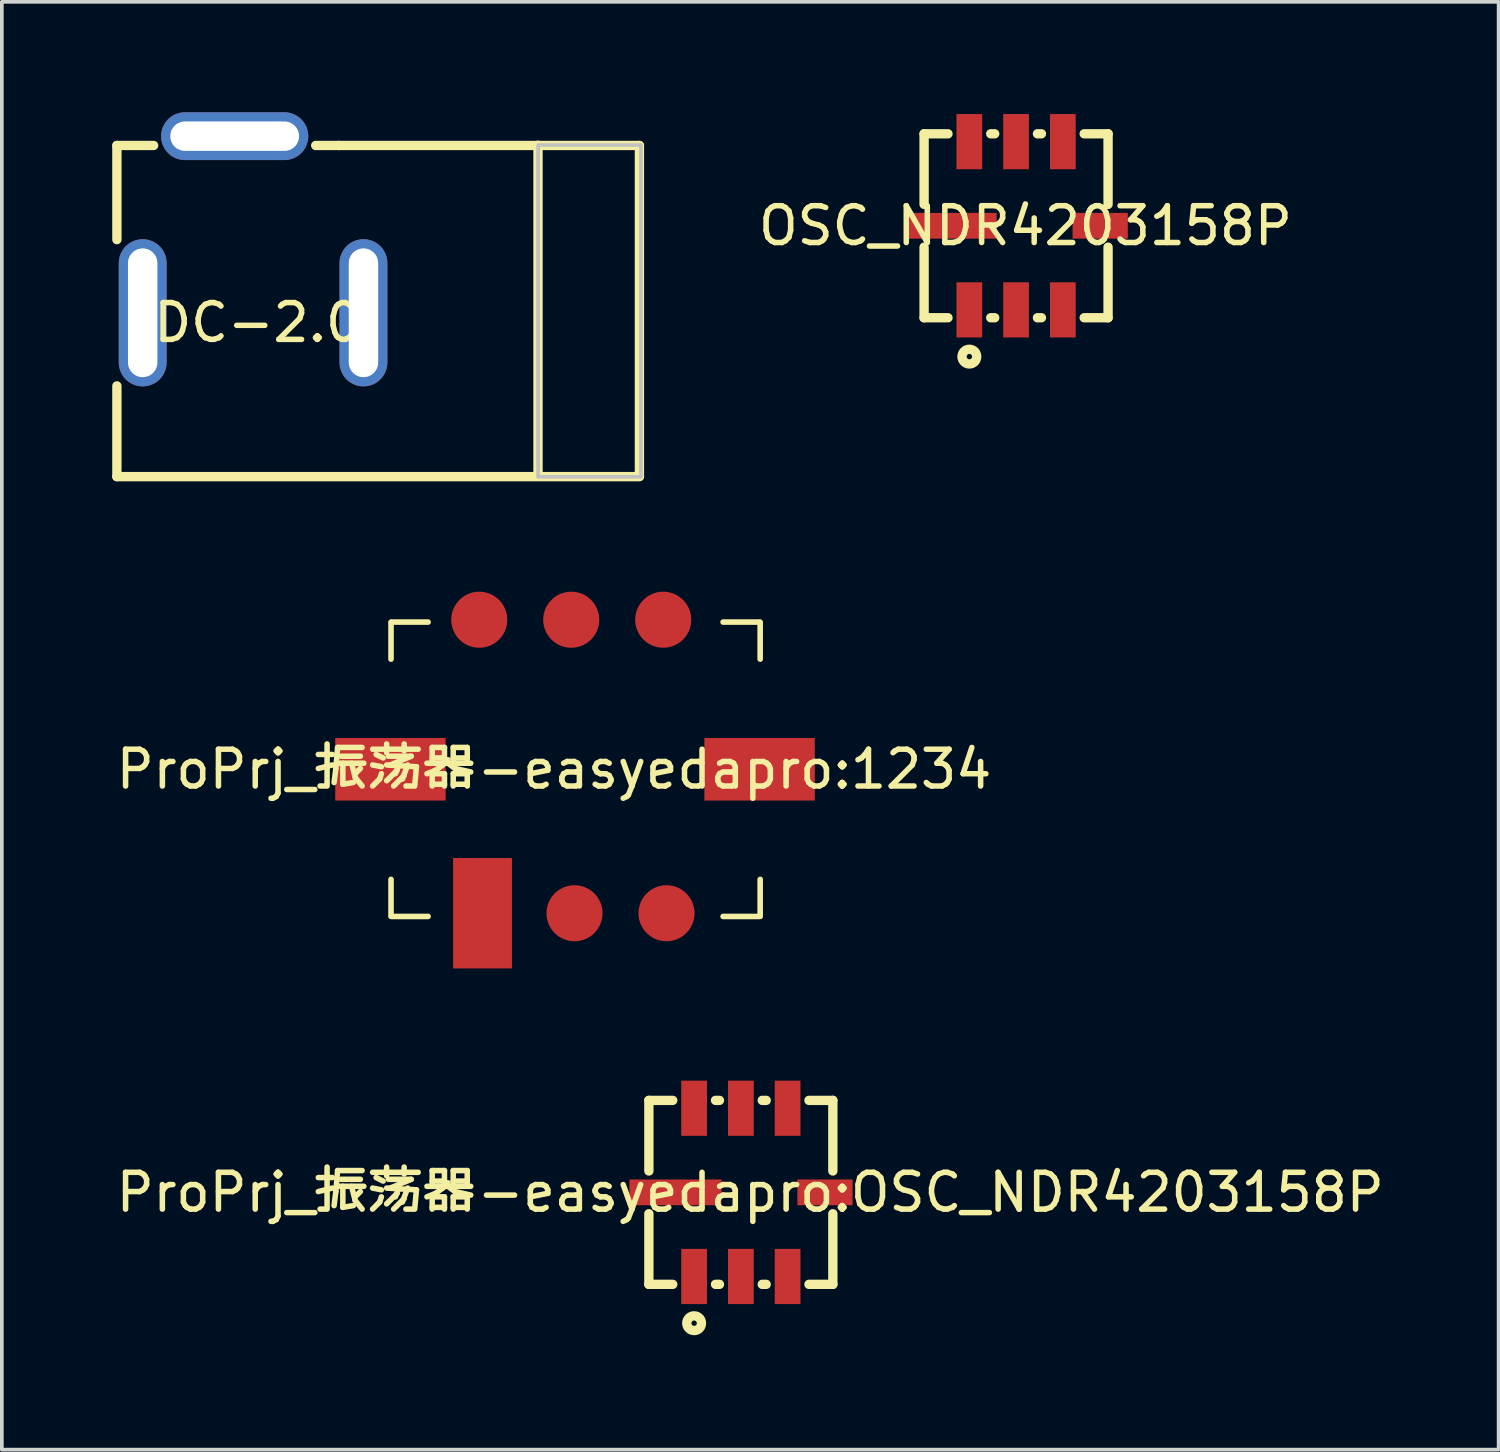
<source format=kicad_pcb>
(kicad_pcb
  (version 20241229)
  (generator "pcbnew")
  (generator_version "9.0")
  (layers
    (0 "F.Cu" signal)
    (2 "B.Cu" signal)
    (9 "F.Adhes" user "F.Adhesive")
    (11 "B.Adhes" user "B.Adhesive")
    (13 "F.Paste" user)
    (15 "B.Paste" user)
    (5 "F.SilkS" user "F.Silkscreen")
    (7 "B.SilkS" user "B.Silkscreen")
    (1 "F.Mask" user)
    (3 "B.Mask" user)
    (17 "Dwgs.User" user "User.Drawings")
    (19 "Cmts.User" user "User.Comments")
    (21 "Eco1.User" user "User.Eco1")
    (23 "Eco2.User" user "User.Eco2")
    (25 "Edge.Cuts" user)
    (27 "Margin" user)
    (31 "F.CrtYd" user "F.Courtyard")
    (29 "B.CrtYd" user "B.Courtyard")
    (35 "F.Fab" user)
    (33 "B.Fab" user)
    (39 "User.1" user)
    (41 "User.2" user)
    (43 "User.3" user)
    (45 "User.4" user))
  (footprint "ProPrj_振荡器-easyedapro{colon}1234"
    (layer "F.Cu")
    (at 12.006 17.857)
    (property "Reference" "ProPrj_振荡器-easyedapro{colon}1234" (at 0 0 0) (layer "F.SilkS") (effects (font (size 1 1) (thickness 0.15))))
    (fp_line (start -4.429 -3.993) (end -4.429 -2.993) (stroke (width 0.152) (type default)) (layer "F.SilkS"))
    (fp_line (start -4.429 3.993) (end -4.429 2.993) (stroke (width 0.152) (type default)) (layer "F.SilkS"))
    (fp_line (start -4.421 -4) (end -3.421 -4) (stroke (width 0.152) (type default)) (layer "F.SilkS"))
    (fp_line (start -4.421 4) (end -3.421 4) (stroke (width 0.152) (type default)) (layer "F.SilkS"))
    (fp_line (start 5.596 -4) (end 4.596 -4) (stroke (width 0.152) (type default)) (layer "F.SilkS"))
    (fp_line (start 5.596 4) (end 4.596 4) (stroke (width 0.152) (type default)) (layer "F.SilkS"))
    (fp_line (start 5.604 -3.993) (end 5.604 -2.993) (stroke (width 0.152) (type default)) (layer "F.SilkS"))
    (fp_line (start 5.604 3.993) (end 5.604 2.993) (stroke (width 0.152) (type default)) (layer "F.SilkS"))
    (fp_line (start -3.81 4.75) (end -3.792 4.793) (stroke (width 0.1) (type default)) (layer "User.1"))
    (fp_line (start -3.792 4.707) (end -3.81 4.75) (stroke (width 0.1) (type default)) (layer "User.1"))
    (fp_line (start -3.792 4.793) (end -3.75 4.81) (stroke (width 0.1) (type default)) (layer "User.1"))
    (fp_line (start -3.75 -4.75) (end -3.75 4.75) (stroke (width 0.025) (type default)) (layer "User.1"))
    (fp_line (start -3.75 4.69) (end -3.792 4.707) (stroke (width 0.1) (type default)) (layer "User.1"))
    (fp_line (start -3.75 4.75) (end 3.75 4.75) (stroke (width 0.025) (type default)) (layer "User.1"))
    (fp_line (start -3.75 4.81) (end -3.708 4.793) (stroke (width 0.1) (type default)) (layer "User.1"))
    (fp_line (start -3.708 4.707) (end -3.75 4.69) (stroke (width 0.1) (type default)) (layer "User.1"))
    (fp_line (start -3.708 4.793) (end -3.69 4.75) (stroke (width 0.1) (type default)) (layer "User.1"))
    (fp_line (start -3.69 4.75) (end -3.708 4.707) (stroke (width 0.1) (type default)) (layer "User.1"))
    (fp_line (start -1.635 -4.75) (end 0.365 -4.75) (stroke (width 0.1) (type default)) (layer "User.1"))
    (fp_line (start -1.635 -1.75) (end -1.635 -4.75) (stroke (width 0.1) (type default)) (layer "User.1"))
    (fp_line (start -1.635 1.75) (end -1.635 4.75) (stroke (width 0.1) (type default)) (layer "User.1"))
    (fp_line (start -1.635 4.75) (end 0.365 4.75) (stroke (width 0.1) (type default)) (layer "User.1"))
    (fp_line (start -0.365 -4.75) (end 1.635 -4.75) (stroke (width 0.1) (type default)) (layer "User.1"))
    (fp_line (start -0.365 -1.75) (end -0.365 -4.75) (stroke (width 0.1) (type default)) (layer "User.1"))
    (fp_line (start -0.365 1.75) (end -0.365 4.75) (stroke (width 0.1) (type default)) (layer "User.1"))
    (fp_line (start -0.365 4.75) (end 1.635 4.75) (stroke (width 0.1) (type default)) (layer "User.1"))
    (fp_line (start 0.365 -4.75) (end 0.365 -1.75) (stroke (width 0.1) (type default)) (layer "User.1"))
    (fp_line (start 0.365 -1.75) (end -1.635 -1.75) (stroke (width 0.1) (type default)) (layer "User.1"))
    (fp_line (start 0.365 1.75) (end -1.635 1.75) (stroke (width 0.1) (type default)) (layer "User.1"))
    (fp_line (start 0.365 4.75) (end 0.365 1.75) (stroke (width 0.1) (type default)) (layer "User.1"))
    (fp_line (start 1.635 -4.75) (end 1.635 -1.75) (stroke (width 0.1) (type default)) (layer "User.1"))
    (fp_line (start 1.635 -1.75) (end -0.365 -1.75) (stroke (width 0.1) (type default)) (layer "User.1"))
    (fp_line (start 1.635 1.75) (end -0.365 1.75) (stroke (width 0.1) (type default)) (layer "User.1"))
    (fp_line (start 1.635 4.75) (end 1.635 1.75) (stroke (width 0.1) (type default)) (layer "User.1"))
    (fp_line (start 3.75 -4.75) (end -3.75 -4.75) (stroke (width 0.025) (type default)) (layer "User.1"))
    (fp_line (start 3.75 4.75) (end 3.75 -4.75) (stroke (width 0.025) (type default)) (layer "User.1"))
    (pad "1" smd circle (at -2.031 -4.064) (size 1.524 1.524) (layers "F.Cu" "F.Mask" "F.Paste"))
    (pad "2" smd circle (at 0.469 -4.064) (size 1.524 1.524) (layers "F.Cu" "F.Mask" "F.Paste"))
    (pad "3" smd circle (at 2.969 -4.064) (size 1.524 1.524) (layers "F.Cu" "F.Mask" "F.Paste"))
    (pad "4" smd rect (at -4.445 0 90) (size 1.7 3) (layers "F.Cu" "F.Mask" "F.Paste"))
    (pad "5" smd rect (at 5.588 0 90) (size 1.7 3) (layers "F.Cu" "F.Mask" "F.Paste"))
    (pad "6" smd rect (at -1.942 3.913) (size 1.6 3) (layers "F.Cu" "F.Mask" "F.Paste"))
    (pad "7" smd circle (at 0.558 3.913) (size 1.524 1.524) (layers "F.Cu" "F.Mask" "F.Paste"))
    (pad "8" smd circle (at 3.058 3.913) (size 1.524 1.524) (layers "F.Cu" "F.Mask" "F.Paste")))
  (footprint "OSC_NDR4203158P"
    (layer "F.Cu")
    (at 24.819 3.086)
    (property "Reference" "OSC_NDR4203158P" (at 0 0 0) (layer "F.SilkS") (effects (font (size 1 1) (thickness 0.15))))
    (fp_line (start -2.754 -2.5) (end -2.754 -0.581) (stroke (width 0.254) (type default)) (layer "F.SilkS"))
    (fp_line (start -2.754 -2.5) (end -2.105 -2.5) (stroke (width 0.254) (type default)) (layer "F.SilkS"))
    (fp_line (start -2.754 0.581) (end -2.754 2.5) (stroke (width 0.254) (type default)) (layer "F.SilkS"))
    (fp_line (start -2.754 2.5) (end -2.105 2.5) (stroke (width 0.254) (type default)) (layer "F.SilkS"))
    (fp_line (start -0.943 -2.5) (end -0.835 -2.5) (stroke (width 0.254) (type default)) (layer "F.SilkS"))
    (fp_line (start -0.943 2.5) (end -0.835 2.5) (stroke (width 0.254) (type default)) (layer "F.SilkS"))
    (fp_line (start 0.327 -2.5) (end 0.435 -2.5) (stroke (width 0.254) (type default)) (layer "F.SilkS"))
    (fp_line (start 0.327 2.5) (end 0.435 2.5) (stroke (width 0.254) (type default)) (layer "F.SilkS"))
    (fp_line (start 1.597 -2.5) (end 2.246 -2.5) (stroke (width 0.254) (type default)) (layer "F.SilkS"))
    (fp_line (start 1.597 2.5) (end 2.246 2.5) (stroke (width 0.254) (type default)) (layer "F.SilkS"))
    (fp_line (start 2.246 -0.581) (end 2.246 -2.5) (stroke (width 0.254) (type default)) (layer "F.SilkS"))
    (fp_line (start 2.246 2.5) (end 2.246 0.581) (stroke (width 0.254) (type default)) (layer "F.SilkS"))
    (fp_circle (center -1.524 3.556) (end -1.324 3.556) (stroke (width 0.254) (type default)) (fill no) (layer "F.SilkS"))
    (fp_poly (pts (xy -3.282 -0.35) (xy -0.782 -0.35) (xy -0.782 0.35) (xy -3.282 0.35)) (stroke (width 0.1) (type default)) (fill no) (layer "User.1"))
    (fp_poly (pts (xy -1.874 3.036) (xy -1.874 1.536) (xy -1.174 1.536) (xy -1.174 3.036)) (stroke (width 0.1) (type default)) (fill no) (layer "User.1"))
    (fp_poly (pts (xy -1.174 -3.036) (xy -1.174 -1.536) (xy -1.874 -1.536) (xy -1.874 -3.036)) (stroke (width 0.1) (type default)) (fill no) (layer "User.1"))
    (fp_poly (pts (xy -0.604 3.036) (xy -0.604 1.536) (xy 0.096 1.536) (xy 0.096 3.036)) (stroke (width 0.1) (type default)) (fill no) (layer "User.1"))
    (fp_poly (pts (xy 0.096 -3.036) (xy 0.096 -1.536) (xy -0.604 -1.536) (xy -0.604 -3.036)) (stroke (width 0.1) (type default)) (fill no) (layer "User.1"))
    (fp_poly (pts (xy 0.666 3.036) (xy 0.666 1.536) (xy 1.366 1.536) (xy 1.366 3.036)) (stroke (width 0.1) (type default)) (fill no) (layer "User.1"))
    (fp_poly (pts (xy 1.366 -3.036) (xy 1.366 -1.536) (xy 0.666 -1.536) (xy 0.666 -3.036)) (stroke (width 0.1) (type default)) (fill no) (layer "User.1"))
    (fp_poly (pts (xy 2.782 0.35) (xy 1.282 0.35) (xy 1.282 -0.35) (xy 2.782 -0.35)) (stroke (width 0.1) (type default)) (fill no) (layer "User.1"))
    (fp_line (start -3.282 -3.036) (end 2.782 -3.036) (stroke (width 0.051) (type default)) (layer "User.2"))
    (fp_line (start -3.282 3.883) (end -3.282 -3.036) (stroke (width 0.051) (type default)) (layer "User.2"))
    (fp_line (start 2.782 -3.036) (end 2.782 3.883) (stroke (width 0.051) (type default)) (layer "User.2"))
    (fp_line (start 2.782 3.883) (end -3.282 3.883) (stroke (width 0.051) (type default)) (layer "User.2"))
    (fp_poly (pts (xy -3.222 3.883) (xy -3.24 3.841) (xy -3.282 3.823) (xy -3.324 3.841) (xy -3.342 3.883) (xy -3.324 3.925) (xy -3.282 3.943) (xy -3.24 3.925)) (stroke (width 0.1) (type default)) (fill no) (layer "User.3"))
    (pad "1" smd rect (at -1.524 2.286 90) (size 1.5 0.7) (layers "F.Cu" "F.Mask" "F.Paste"))
    (pad "2" smd rect (at -0.254 2.286 90) (size 1.5 0.7) (layers "F.Cu" "F.Mask" "F.Paste"))
    (pad "3" smd rect (at 1.016 2.286 90) (size 1.5 0.7) (layers "F.Cu" "F.Mask" "F.Paste"))
    (pad "4" smd rect (at 2.032 0 180) (size 1.5 0.7) (layers "F.Cu" "F.Mask" "F.Paste"))
    (pad "5" smd rect (at 1.016 -2.286 270) (size 1.5 0.7) (layers "F.Cu" "F.Mask" "F.Paste"))
    (pad "6" smd rect (at -0.254 -2.286 270) (size 1.5 0.7) (layers "F.Cu" "F.Mask" "F.Paste"))
    (pad "7" smd rect (at -1.524 -2.286 270) (size 1.5 0.7) (layers "F.Cu" "F.Mask" "F.Paste"))
    (pad "8" smd rect (at -2.032 0) (size 2.5 0.7) (layers "F.Cu" "F.Mask" "F.Paste")))
  (footprint "ProPrj_振荡器-easyedapro{colon}OSC_NDR4203158P"
    (layer "F.Cu")
    (at 17.339 29.356)
    (property "Reference" "ProPrj_振荡器-easyedapro{colon}OSC_NDR4203158P" (at 0 0 0) (layer "F.SilkS") (effects (font (size 1 1) (thickness 0.15))))
    (fp_line (start -2.754 -2.5) (end -2.754 -0.581) (stroke (width 0.254) (type default)) (layer "F.SilkS"))
    (fp_line (start -2.754 -2.5) (end -2.105 -2.5) (stroke (width 0.254) (type default)) (layer "F.SilkS"))
    (fp_line (start -2.754 0.581) (end -2.754 2.5) (stroke (width 0.254) (type default)) (layer "F.SilkS"))
    (fp_line (start -2.754 2.5) (end -2.105 2.5) (stroke (width 0.254) (type default)) (layer "F.SilkS"))
    (fp_line (start -0.943 -2.5) (end -0.835 -2.5) (stroke (width 0.254) (type default)) (layer "F.SilkS"))
    (fp_line (start -0.943 2.5) (end -0.835 2.5) (stroke (width 0.254) (type default)) (layer "F.SilkS"))
    (fp_line (start 0.327 -2.5) (end 0.435 -2.5) (stroke (width 0.254) (type default)) (layer "F.SilkS"))
    (fp_line (start 0.327 2.5) (end 0.435 2.5) (stroke (width 0.254) (type default)) (layer "F.SilkS"))
    (fp_line (start 1.597 -2.5) (end 2.246 -2.5) (stroke (width 0.254) (type default)) (layer "F.SilkS"))
    (fp_line (start 1.597 2.5) (end 2.246 2.5) (stroke (width 0.254) (type default)) (layer "F.SilkS"))
    (fp_line (start 2.246 -0.581) (end 2.246 -2.5) (stroke (width 0.254) (type default)) (layer "F.SilkS"))
    (fp_line (start 2.246 2.5) (end 2.246 0.581) (stroke (width 0.254) (type default)) (layer "F.SilkS"))
    (fp_circle (center -1.524 3.556) (end -1.324 3.556) (stroke (width 0.254) (type default)) (fill no) (layer "F.SilkS"))
    (fp_line (start -3.342 3.883) (end -3.325 3.925) (stroke (width 0.1) (type default)) (layer "User.1"))
    (fp_line (start -3.325 3.841) (end -3.342 3.883) (stroke (width 0.1) (type default)) (layer "User.1"))
    (fp_line (start -3.325 3.925) (end -3.282 3.943) (stroke (width 0.1) (type default)) (layer "User.1"))
    (fp_line (start -3.282 -3.036) (end 2.782 -3.036) (stroke (width 0.051) (type default)) (layer "User.1"))
    (fp_line (start -3.282 -0.35) (end -0.782 -0.35) (stroke (width 0.1) (type default)) (layer "User.1"))
    (fp_line (start -3.282 0.35) (end -3.282 -0.35) (stroke (width 0.1) (type default)) (layer "User.1"))
    (fp_line (start -3.282 3.823) (end -3.325 3.841) (stroke (width 0.1) (type default)) (layer "User.1"))
    (fp_line (start -3.282 3.883) (end -3.282 -3.036) (stroke (width 0.051) (type default)) (layer "User.1"))
    (fp_line (start -3.282 3.943) (end -3.24 3.925) (stroke (width 0.1) (type default)) (layer "User.1"))
    (fp_line (start -3.24 3.841) (end -3.282 3.823) (stroke (width 0.1) (type default)) (layer "User.1"))
    (fp_line (start -3.24 3.925) (end -3.222 3.883) (stroke (width 0.1) (type default)) (layer "User.1"))
    (fp_line (start -3.222 3.883) (end -3.24 3.841) (stroke (width 0.1) (type default)) (layer "User.1"))
    (fp_line (start -1.874 -3.036) (end -1.174 -3.036) (stroke (width 0.1) (type default)) (layer "User.1"))
    (fp_line (start -1.874 -1.536) (end -1.874 -3.036) (stroke (width 0.1) (type default)) (layer "User.1"))
    (fp_line (start -1.874 1.536) (end -1.174 1.536) (stroke (width 0.1) (type default)) (layer "User.1"))
    (fp_line (start -1.874 3.036) (end -1.874 1.536) (stroke (width 0.1) (type default)) (layer "User.1"))
    (fp_line (start -1.174 -3.036) (end -1.174 -1.536) (stroke (width 0.1) (type default)) (layer "User.1"))
    (fp_line (start -1.174 -1.536) (end -1.874 -1.536) (stroke (width 0.1) (type default)) (layer "User.1"))
    (fp_line (start -1.174 1.536) (end -1.174 3.036) (stroke (width 0.1) (type default)) (layer "User.1"))
    (fp_line (start -1.174 3.036) (end -1.874 3.036) (stroke (width 0.1) (type default)) (layer "User.1"))
    (fp_line (start -0.782 -0.35) (end -0.782 0.35) (stroke (width 0.1) (type default)) (layer "User.1"))
    (fp_line (start -0.782 0.35) (end -3.282 0.35) (stroke (width 0.1) (type default)) (layer "User.1"))
    (fp_line (start -0.604 -3.036) (end 0.096 -3.036) (stroke (width 0.1) (type default)) (layer "User.1"))
    (fp_line (start -0.604 -1.536) (end -0.604 -3.036) (stroke (width 0.1) (type default)) (layer "User.1"))
    (fp_line (start -0.604 1.536) (end 0.096 1.536) (stroke (width 0.1) (type default)) (layer "User.1"))
    (fp_line (start -0.604 3.036) (end -0.604 1.536) (stroke (width 0.1) (type default)) (layer "User.1"))
    (fp_line (start 0.096 -3.036) (end 0.096 -1.536) (stroke (width 0.1) (type default)) (layer "User.1"))
    (fp_line (start 0.096 -1.536) (end -0.604 -1.536) (stroke (width 0.1) (type default)) (layer "User.1"))
    (fp_line (start 0.096 1.536) (end 0.096 3.036) (stroke (width 0.1) (type default)) (layer "User.1"))
    (fp_line (start 0.096 3.036) (end -0.604 3.036) (stroke (width 0.1) (type default)) (layer "User.1"))
    (fp_line (start 0.666 -3.036) (end 1.366 -3.036) (stroke (width 0.1) (type default)) (layer "User.1"))
    (fp_line (start 0.666 -1.536) (end 0.666 -3.036) (stroke (width 0.1) (type default)) (layer "User.1"))
    (fp_line (start 0.666 1.536) (end 1.366 1.536) (stroke (width 0.1) (type default)) (layer "User.1"))
    (fp_line (start 0.666 3.036) (end 0.666 1.536) (stroke (width 0.1) (type default)) (layer "User.1"))
    (fp_line (start 1.282 -0.35) (end 2.782 -0.35) (stroke (width 0.1) (type default)) (layer "User.1"))
    (fp_line (start 1.282 0.35) (end 1.282 -0.35) (stroke (width 0.1) (type default)) (layer "User.1"))
    (fp_line (start 1.366 -3.036) (end 1.366 -1.536) (stroke (width 0.1) (type default)) (layer "User.1"))
    (fp_line (start 1.366 -1.536) (end 0.666 -1.536) (stroke (width 0.1) (type default)) (layer "User.1"))
    (fp_line (start 1.366 1.536) (end 1.366 3.036) (stroke (width 0.1) (type default)) (layer "User.1"))
    (fp_line (start 1.366 3.036) (end 0.666 3.036) (stroke (width 0.1) (type default)) (layer "User.1"))
    (fp_line (start 2.782 -3.036) (end 2.782 3.883) (stroke (width 0.051) (type default)) (layer "User.1"))
    (fp_line (start 2.782 -0.35) (end 2.782 0.35) (stroke (width 0.1) (type default)) (layer "User.1"))
    (fp_line (start 2.782 0.35) (end 1.282 0.35) (stroke (width 0.1) (type default)) (layer "User.1"))
    (fp_line (start 2.782 3.883) (end -3.282 3.883) (stroke (width 0.051) (type default)) (layer "User.1"))
    (pad "1" smd rect (at -1.524 2.286 90) (size 1.5 0.7) (layers "F.Cu" "F.Mask" "F.Paste"))
    (pad "2" smd rect (at -0.254 2.286 90) (size 1.5 0.7) (layers "F.Cu" "F.Mask" "F.Paste"))
    (pad "3" smd rect (at 1.016 2.286 90) (size 1.5 0.7) (layers "F.Cu" "F.Mask" "F.Paste"))
    (pad "4" smd rect (at 2.032 0 180) (size 1.5 0.7) (layers "F.Cu" "F.Mask" "F.Paste"))
    (pad "5" smd rect (at 1.016 -2.286 270) (size 1.5 0.7) (layers "F.Cu" "F.Mask" "F.Paste"))
    (pad "6" smd rect (at -0.254 -2.286 270) (size 1.5 0.7) (layers "F.Cu" "F.Mask" "F.Paste"))
    (pad "7" smd rect (at -1.524 -2.286 270) (size 1.5 0.7) (layers "F.Cu" "F.Mask" "F.Paste"))
    (pad "8" smd rect (at -2.032 0) (size 2.5 0.7) (layers "F.Cu" "F.Mask" "F.Paste")))
  (footprint "DC-2.0"
    (layer "F.Cu")
    (at 3.955 5.718)
    (property "Reference" "DC-2.0" (at 0 0 0) (layer "F.SilkS") (effects (font (size 1 1) (thickness 0.15))))
    (fp_line (start -3.828 -4.814) (end -2.829 -4.814) (stroke (width 0.254) (type default)) (layer "F.SilkS"))
    (fp_line (start -3.828 -2.256) (end -3.828 -4.814) (stroke (width 0.254) (type default)) (layer "F.SilkS"))
    (fp_line (start -3.828 4.186) (end -3.828 1.72) (stroke (width 0.254) (type default)) (layer "F.SilkS"))
    (fp_line (start 1.575 -4.814) (end 2.208 -4.814) (stroke (width 0.254) (type default)) (layer "F.SilkS"))
    (fp_line (start 7.617 4.178) (end 7.617 -4.821) (stroke (width 0.254) (type default)) (layer "F.SilkS"))
    (fp_line (start 10.373 -4.814) (end 2.208 -4.814) (stroke (width 0.254) (type default)) (layer "F.SilkS"))
    (fp_line (start 10.373 4.178) (end 10.373 -4.814) (stroke (width 0.254) (type default)) (layer "F.SilkS"))
    (fp_line (start 10.373 4.186) (end -3.828 4.186) (stroke (width 0.254) (type default)) (layer "F.SilkS"))
    (fp_poly (pts (xy 10.414 4.191) (xy 7.62 4.191) (xy 7.62 -4.826) (xy 10.414 -4.826)) (stroke (width 0.1) (type default)) (fill no) (layer "Dwgs.User"))
    (fp_poly (pts (xy -3.276 0.983) (xy -3.276 -1.516) (xy -2.977 -1.516) (xy -2.977 0.983)) (stroke (width 0.1) (type default)) (fill no) (layer "User.1"))
    (fp_poly (pts (xy 0.623 -5.268) (xy -1.877 -5.268) (xy -1.877 -4.567) (xy 0.623 -4.567)) (stroke (width 0.1) (type default)) (fill no) (layer "User.1"))
    (fp_poly (pts (xy 0.623 -4.867) (xy -1.877 -4.867) (xy -1.877 -5.268) (xy 0.623 -5.268)) (stroke (width 0.1) (type default)) (fill no) (layer "User.1"))
    (fp_poly (pts (xy 3.022 -1.516) (xy 3.022 0.983) (xy 2.723 0.983) (xy 2.723 -1.516)) (stroke (width 0.1) (type default)) (fill no) (layer "User.1"))
    (fp_line (start -3.828 -4.666) (end 10.373 -4.666) (stroke (width 0.051) (type default)) (layer "User.2"))
    (fp_line (start -3.828 4.133) (end -3.828 -4.666) (stroke (width 0.051) (type default)) (layer "User.2"))
    (fp_line (start 10.373 -4.666) (end 10.373 4.133) (stroke (width 0.051) (type default)) (layer "User.2"))
    (fp_line (start 10.373 4.133) (end -3.828 4.133) (stroke (width 0.051) (type default)) (layer "User.2"))
    (fp_poly (pts (xy -3.767 -5.268) (xy -3.785 -5.311) (xy -3.828 -5.329) (xy -3.871 -5.311) (xy -3.889 -5.268) (xy -3.871 -5.225) (xy -3.828 -5.207) (xy -3.785 -5.225)) (stroke (width 0.1) (type default)) (fill no) (layer "User.3"))
    (pad "2" thru_hole oval (at -0.627 -5.067 180) (size 4 1.3) (drill oval 3.5 0.8) (layers "*.Cu" "*.Mask"))
    (pad "3" thru_hole oval (at 2.873 -0.267 90) (size 4 1.3) (drill oval 3.5 0.8) (layers "*.Cu" "*.Mask"))
    (pad "4" thru_hole oval (at -3.127 -0.267 270) (size 4 1.3) (drill oval 3.5 0.8) (layers "*.Cu" "*.Mask")))
  (gr_rect
    (start -3 -3)
    (end 37.679 36.349)
    (stroke (width 0.1) (type default))
    (fill no)
    (layer "Edge.Cuts")))
</source>
